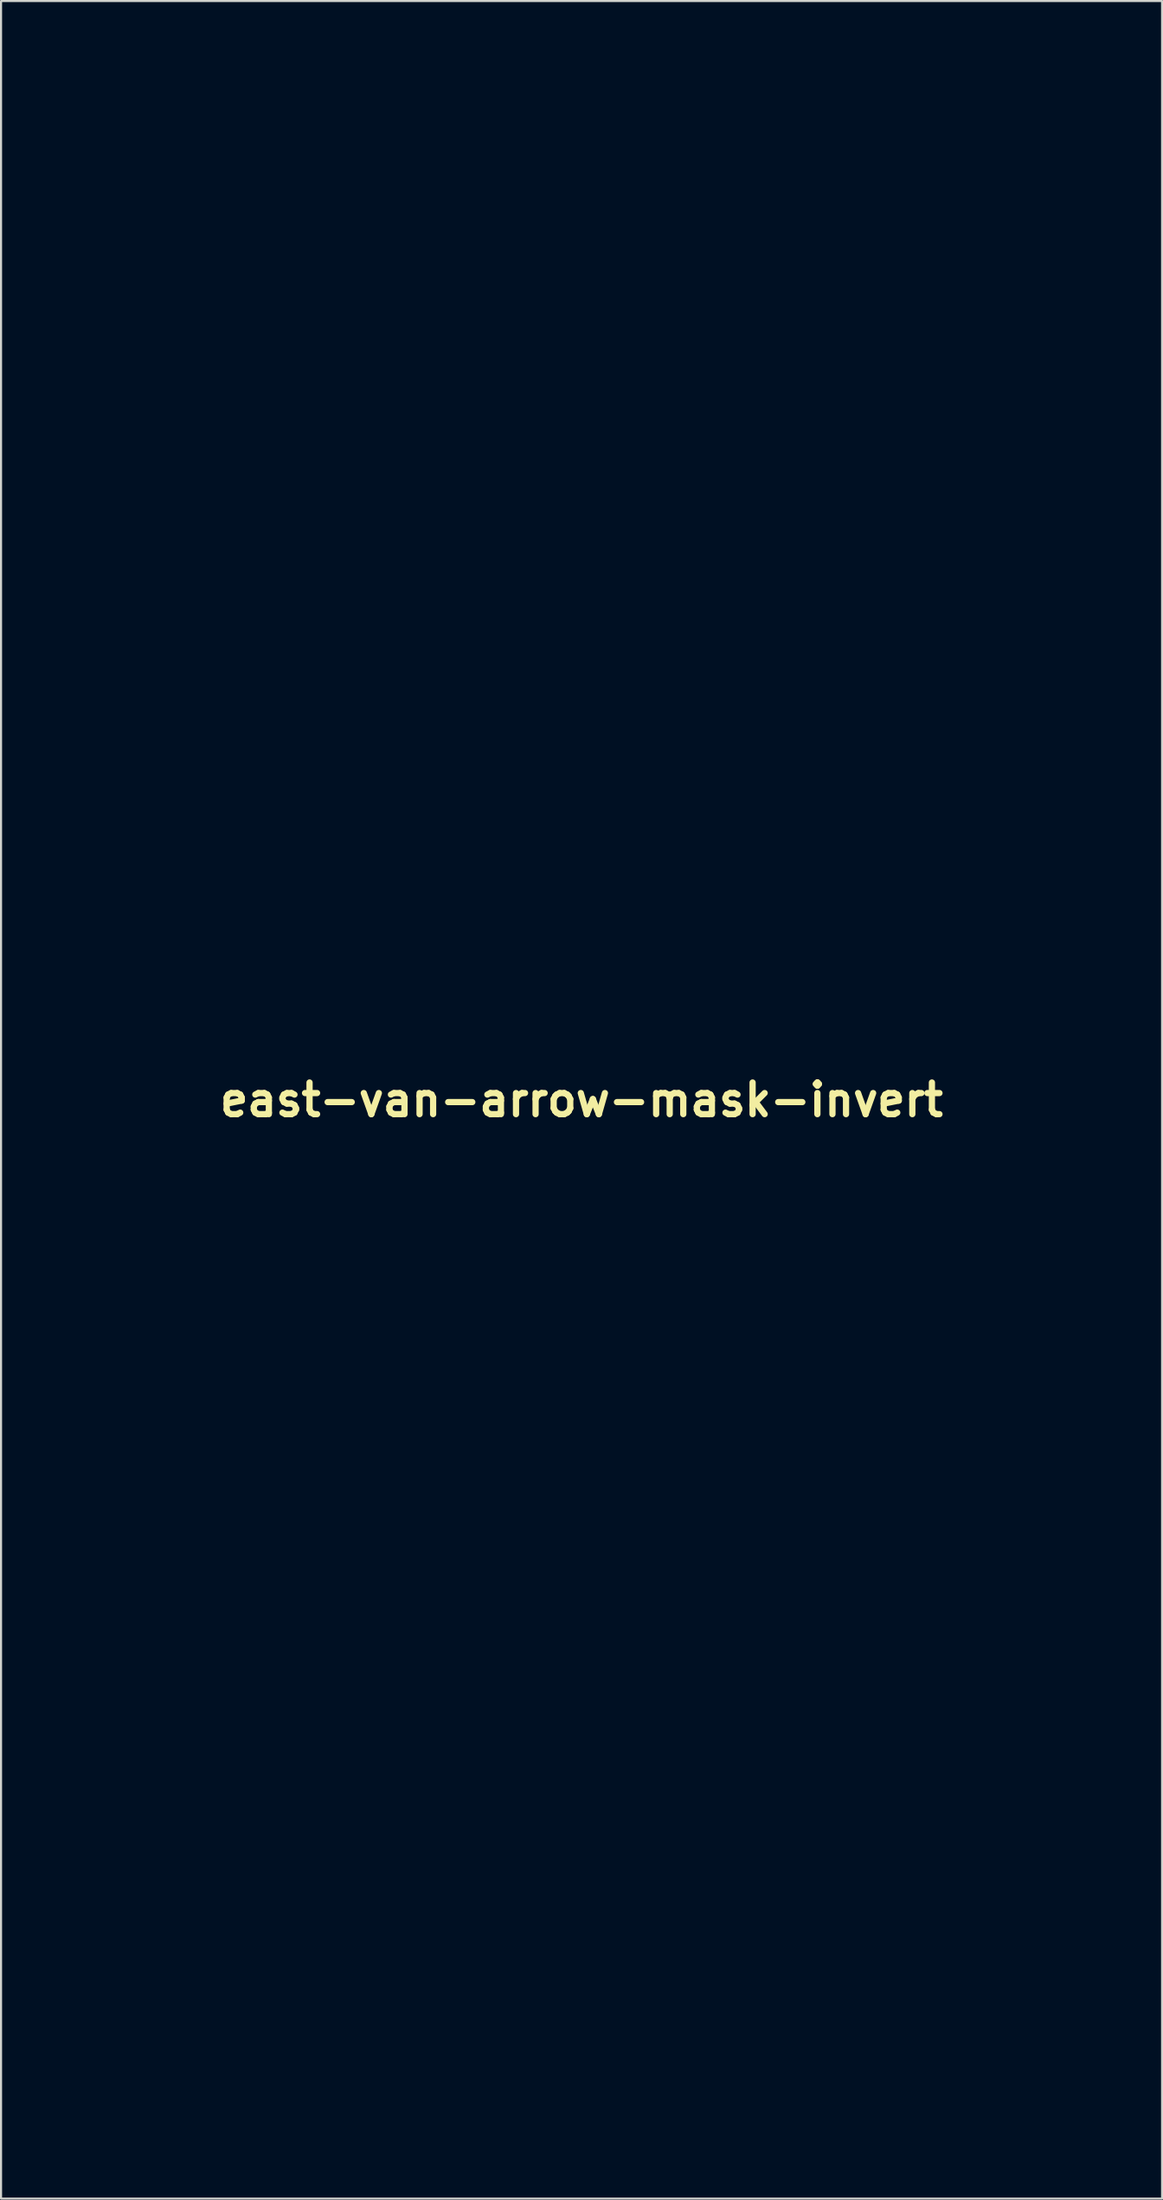
<source format=kicad_pcb>
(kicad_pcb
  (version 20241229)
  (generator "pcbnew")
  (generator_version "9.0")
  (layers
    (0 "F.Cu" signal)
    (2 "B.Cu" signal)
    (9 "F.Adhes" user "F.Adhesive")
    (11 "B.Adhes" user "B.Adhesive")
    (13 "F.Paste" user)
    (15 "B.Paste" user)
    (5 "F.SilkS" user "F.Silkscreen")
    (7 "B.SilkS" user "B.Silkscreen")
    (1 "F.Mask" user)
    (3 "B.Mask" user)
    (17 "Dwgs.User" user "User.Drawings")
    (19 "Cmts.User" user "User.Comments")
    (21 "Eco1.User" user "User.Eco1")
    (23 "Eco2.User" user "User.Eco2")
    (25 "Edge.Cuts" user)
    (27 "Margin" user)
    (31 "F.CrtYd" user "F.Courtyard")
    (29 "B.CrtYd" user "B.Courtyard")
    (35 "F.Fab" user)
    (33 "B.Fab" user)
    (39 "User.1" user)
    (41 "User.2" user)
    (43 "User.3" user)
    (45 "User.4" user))
  (footprint "east-van-arrow-mask-invert"
    (layer "F.Cu")
    (at 24.956 49.907)
    (property "Reference" "east-van-arrow-mask-invert" (at 0 0 0) (layer "F.SilkS") (effects (font (size 1.524 1.524) (thickness 0.3))))
    (attr through_hole)
    (fp_poly (pts (xy -0.5 -15.615) (xy -0.468 -15.532) (xy -0.416 -15.371) (xy -0.349 -15.147) (xy -0.269 -14.872) (xy -0.182 -14.562) (xy -0.089 -14.23) (xy 0.003 -13.89) (xy 0.093 -13.555) (xy 0.177 -13.239) (xy 0.249 -12.956) (xy 0.308 -12.72) (xy 0.348 -12.545) (xy 0.367 -12.444) (xy 0.366 -12.425) (xy 0.305 -12.408) (xy 0.162 -12.385) (xy -0.043 -12.359) (xy -0.293 -12.331) (xy -0.569 -12.303) (xy -0.852 -12.277) (xy -1.125 -12.254) (xy -1.369 -12.237) (xy -1.566 -12.227) (xy -1.649 -12.226) (xy -1.8 -12.23) (xy -1.873 -12.249) (xy -1.888 -12.29) (xy -1.884 -12.313) (xy -1.856 -12.394) (xy -1.796 -12.554) (xy -1.71 -12.778) (xy -1.604 -13.054) (xy -1.483 -13.366) (xy -1.351 -13.701) (xy -1.216 -14.045) (xy -1.082 -14.384) (xy -0.955 -14.705) (xy -0.84 -14.992) (xy -0.743 -15.233) (xy -0.669 -15.413) (xy -0.624 -15.519) (xy -0.616 -15.534) (xy -0.557 -15.629) (xy -0.515 -15.637) (xy -0.5 -15.615)) (stroke (width 0.01) (type solid)) (fill yes) (layer "F.Mask"))
    (fp_poly (pts (xy 24.951 49.902) (xy -24.951 49.902) (xy -24.951 -7.241) (xy -14.56 -7.241) (xy -14.55 -6.9) (xy -14.516 -6.61) (xy -14.455 -6.348) (xy -14.362 -6.091) (xy -14.235 -5.817) (xy -13.971 -5.394) (xy -13.64 -5.044) (xy -13.243 -4.77) (xy -12.779 -4.569) (xy -12.575 -4.51) (xy -12.493 -4.492) (xy -12.4 -4.476) (xy -12.289 -4.464) (xy -12.151 -4.456) (xy -11.98 -4.45) (xy -11.768 -4.448) (xy -11.507 -4.449) (xy -11.191 -4.453) (xy -10.811 -4.461) (xy -10.36 -4.472) (xy -9.831 -4.487) (xy -9.216 -4.505) (xy -8.601 -4.524) (xy -8.251 -4.534) (xy -7.985 -4.541) (xy -7.79 -4.542) (xy -7.65 -4.536) (xy -7.551 -4.524) (xy -7.478 -4.504) (xy -7.416 -4.475) (xy -7.363 -4.443) (xy -7.215 -4.325) (xy -7.078 -4.174) (xy -7.052 -4.137) (xy -7 -4.054) (xy -6.966 -3.978) (xy -6.946 -3.888) (xy -6.94 -3.762) (xy -6.943 -3.58) (xy -6.955 -3.319) (xy -6.955 -3.308) (xy -6.964 -3.117) (xy -6.975 -2.847) (xy -6.988 -2.51) (xy -7.003 -2.114) (xy -7.02 -1.669) (xy -7.038 -1.185) (xy -7.057 -0.671) (xy -7.077 -0.139) (xy -7.096 0.404) (xy -7.116 0.946) (xy -7.135 1.479) (xy -7.153 1.991) (xy -7.17 2.475) (xy -7.185 2.919) (xy -7.198 3.314) (xy -7.209 3.65) (xy -7.217 3.918) (xy -7.223 4.107) (xy -7.225 4.208) (xy -7.225 4.217) (xy -7.227 4.288) (xy -7.232 4.447) (xy -7.241 4.683) (xy -7.253 4.983) (xy -7.268 5.336) (xy -7.284 5.731) (xy -7.302 6.155) (xy -7.303 6.188) (xy -7.349 7.264) (xy -7.39 8.245) (xy -7.427 9.135) (xy -7.46 9.94) (xy -7.489 10.664) (xy -7.514 11.311) (xy -7.535 11.887) (xy -7.553 12.395) (xy -7.568 12.84) (xy -7.579 13.228) (xy -7.587 13.563) (xy -7.592 13.848) (xy -7.594 14.09) (xy -7.594 14.293) (xy -7.591 14.46) (xy -7.585 14.598) (xy -7.578 14.711) (xy -7.568 14.802) (xy -7.561 14.846) (xy -7.431 15.383) (xy -7.226 15.857) (xy -6.948 16.266) (xy -6.599 16.606) (xy -6.182 16.875) (xy -5.739 17.057) (xy -5.553 17.115) (xy -5.388 17.161) (xy -5.29 17.185) (xy -5.189 17.194) (xy -4.998 17.198) (xy -4.726 17.198) (xy -4.381 17.194) (xy -3.974 17.187) (xy -3.512 17.176) (xy -3.006 17.163) (xy -2.465 17.146) (xy -1.897 17.126) (xy -1.313 17.104) (xy -0.998 17.092) (xy -0.236 17.061) (xy 0.433 17.033) (xy 1.017 17.009) (xy 1.522 16.986) (xy 1.955 16.966) (xy 2.323 16.946) (xy 2.633 16.927) (xy 2.893 16.906) (xy 3.109 16.885) (xy 3.287 16.861) (xy 3.436 16.835) (xy 3.562 16.805) (xy 3.672 16.771) (xy 3.773 16.732) (xy 3.872 16.688) (xy 3.976 16.637) (xy 4.092 16.579) (xy 4.133 16.559) (xy 4.585 16.288) (xy 4.962 15.955) (xy 5.272 15.551) (xy 5.455 15.22) (xy 5.624 14.837) (xy 5.741 14.491) (xy 5.815 14.143) (xy 5.855 13.752) (xy 5.863 13.615) (xy 5.868 13.458) (xy 5.874 13.21) (xy 5.879 12.87) (xy 5.885 12.437) (xy 5.891 11.911) (xy 5.897 11.292) (xy 5.904 10.578) (xy 5.911 9.77) (xy 5.918 8.866) (xy 5.925 7.866) (xy 5.932 6.769) (xy 5.94 5.575) (xy 5.948 4.283) (xy 5.956 2.893) (xy 5.964 1.404) (xy 5.967 0.873) (xy 5.972 -0.032) (xy 5.978 -0.866) (xy 5.985 -1.627) (xy 5.992 -2.312) (xy 5.999 -2.916) (xy 6.007 -3.438) (xy 6.015 -3.874) (xy 6.024 -4.222) (xy 6.033 -4.478) (xy 6.042 -4.639) (xy 6.048 -4.691) (xy 6.167 -5.09) (xy 6.363 -5.425) (xy 6.632 -5.694) (xy 6.91 -5.865) (xy 7.015 -5.91) (xy 7.137 -5.948) (xy 7.286 -5.981) (xy 7.472 -6.01) (xy 7.703 -6.035) (xy 7.99 -6.058) (xy 8.341 -6.079) (xy 8.765 -6.099) (xy 9.273 -6.119) (xy 9.756 -6.136) (xy 10.329 -6.156) (xy 10.812 -6.173) (xy 11.213 -6.188) (xy 11.542 -6.201) (xy 11.807 -6.213) (xy 12.017 -6.225) (xy 12.183 -6.238) (xy 12.312 -6.251) (xy 12.414 -6.265) (xy 12.498 -6.281) (xy 12.573 -6.3) (xy 12.625 -6.315) (xy 13.059 -6.494) (xy 13.447 -6.755) (xy 13.783 -7.089) (xy 14.057 -7.487) (xy 14.263 -7.938) (xy 14.393 -8.433) (xy 14.418 -8.599) (xy 14.427 -8.721) (xy 14.436 -8.934) (xy 14.446 -9.226) (xy 14.455 -9.588) (xy 14.465 -10.01) (xy 14.473 -10.482) (xy 14.481 -10.995) (xy 14.488 -11.538) (xy 14.494 -12.101) (xy 14.494 -12.151) (xy 14.5 -12.786) (xy 14.507 -13.457) (xy 14.514 -14.145) (xy 14.521 -14.834) (xy 14.529 -15.504) (xy 14.536 -16.137) (xy 14.543 -16.717) (xy 14.55 -17.223) (xy 14.553 -17.441) (xy 14.561 -18.013) (xy 14.566 -18.496) (xy 14.566 -18.898) (xy 14.561 -19.23) (xy 14.551 -19.501) (xy 14.534 -19.721) (xy 14.509 -19.899) (xy 14.475 -20.046) (xy 14.432 -20.171) (xy 14.379 -20.284) (xy 14.315 -20.395) (xy 14.283 -20.445) (xy 14.234 -20.512) (xy 14.128 -20.652) (xy 13.969 -20.86) (xy 13.761 -21.13) (xy 13.509 -21.457) (xy 13.217 -21.835) (xy 12.888 -22.258) (xy 12.528 -22.722) (xy 12.14 -23.221) (xy 11.728 -23.749) (xy 11.298 -24.301) (xy 10.854 -24.871) (xy 10.398 -25.454) (xy 9.937 -26.045) (xy 9.473 -26.638) (xy 9.012 -27.227) (xy 8.557 -27.808) (xy 8.113 -28.374) (xy 7.685 -28.92) (xy 7.397 -29.286) (xy 7.139 -29.615) (xy 6.89 -29.932) (xy 6.661 -30.224) (xy 6.459 -30.481) (xy 6.296 -30.69) (xy 6.179 -30.839) (xy 6.138 -30.893) (xy 5.86 -31.25) (xy 5.566 -31.624) (xy 5.261 -32.007) (xy 4.955 -32.39) (xy 4.653 -32.764) (xy 4.364 -33.12) (xy 4.095 -33.448) (xy 3.852 -33.74) (xy 3.644 -33.987) (xy 3.478 -34.179) (xy 3.361 -34.309) (xy 3.311 -34.357) (xy 2.802 -34.758) (xy 2.31 -35.071) (xy 1.822 -35.303) (xy 1.321 -35.459) (xy 0.794 -35.547) (xy 0.572 -35.565) (xy -0.032 -35.55) (xy -0.626 -35.441) (xy -1.2 -35.242) (xy -1.745 -34.96) (xy -2.249 -34.599) (xy -2.704 -34.165) (xy -3.1 -33.663) (xy -3.16 -33.572) (xy -3.253 -33.43) (xy -3.394 -33.218) (xy -3.575 -32.949) (xy -3.788 -32.634) (xy -4.023 -32.288) (xy -4.272 -31.921) (xy -4.525 -31.551) (xy -5.04 -30.798) (xy -5.511 -30.108) (xy -5.951 -29.463) (xy -6.372 -28.842) (xy -6.788 -28.229) (xy -7.212 -27.602) (xy -7.409 -27.309) (xy -7.61 -27.013) (xy -7.848 -26.662) (xy -8.119 -26.264) (xy -8.418 -25.824) (xy -8.741 -25.351) (xy -9.084 -24.849) (xy -9.442 -24.325) (xy -9.811 -23.787) (xy -10.186 -23.24) (xy -10.562 -22.691) (xy -10.936 -22.146) (xy -11.303 -21.612) (xy -11.658 -21.095) (xy -11.997 -20.602) (xy -12.316 -20.139) (xy -12.61 -19.713) (xy -12.874 -19.33) (xy -13.105 -18.997) (xy -13.297 -18.72) (xy -13.447 -18.505) (xy -13.549 -18.36) (xy -13.6 -18.29) (xy -13.602 -18.289) (xy -13.753 -18.076) (xy -13.913 -17.805) (xy -14.064 -17.512) (xy -14.185 -17.236) (xy -14.242 -17.071) (xy -14.262 -16.998) (xy -14.278 -16.915) (xy -14.294 -16.813) (xy -14.307 -16.685) (xy -14.32 -16.525) (xy -14.332 -16.324) (xy -14.343 -16.076) (xy -14.354 -15.774) (xy -14.365 -15.409) (xy -14.377 -14.976) (xy -14.389 -14.467) (xy -14.403 -13.874) (xy -14.418 -13.19) (xy -14.422 -12.999) (xy -14.439 -12.204) (xy -14.454 -11.501) (xy -14.468 -10.883) (xy -14.48 -10.341) (xy -14.49 -9.867) (xy -14.5 -9.455) (xy -14.509 -9.097) (xy -14.517 -8.784) (xy -14.524 -8.509) (xy -14.531 -8.265) (xy -14.538 -8.042) (xy -14.545 -7.835) (xy -14.552 -7.658) (xy -14.56 -7.241) (xy -24.951 -7.241) (xy -24.951 -49.902) (xy 24.951 -49.902) (xy 24.951 49.902)) (stroke (width 0.01) (type solid)) (fill yes) (layer "F.Mask"))
    (fp_poly (pts (xy 0.809 -33.965) (xy 1.246 -33.841) (xy 1.667 -33.624) (xy 2.066 -33.314) (xy 2.141 -33.243) (xy 2.23 -33.145) (xy 2.373 -32.976) (xy 2.564 -32.742) (xy 2.797 -32.453) (xy 3.066 -32.114) (xy 3.365 -31.735) (xy 3.687 -31.322) (xy 4.026 -30.884) (xy 4.377 -30.428) (xy 4.483 -30.29) (xy 4.833 -29.832) (xy 5.171 -29.391) (xy 5.491 -28.973) (xy 5.787 -28.587) (xy 6.053 -28.24) (xy 6.284 -27.939) (xy 6.473 -27.693) (xy 6.616 -27.508) (xy 6.705 -27.392) (xy 6.721 -27.371) (xy 6.787 -27.286) (xy 6.909 -27.129) (xy 7.082 -26.905) (xy 7.302 -26.622) (xy 7.562 -26.285) (xy 7.859 -25.901) (xy 8.187 -25.477) (xy 8.541 -25.018) (xy 8.917 -24.532) (xy 9.309 -24.024) (xy 9.576 -23.678) (xy 9.978 -23.158) (xy 10.368 -22.654) (xy 10.74 -22.172) (xy 11.091 -21.719) (xy 11.414 -21.302) (xy 11.705 -20.927) (xy 11.959 -20.601) (xy 12.17 -20.329) (xy 12.333 -20.12) (xy 12.444 -19.979) (xy 12.485 -19.928) (xy 12.62 -19.752) (xy 12.735 -19.59) (xy 12.81 -19.467) (xy 12.826 -19.434) (xy 12.837 -19.354) (xy 12.846 -19.181) (xy 12.854 -18.926) (xy 12.859 -18.595) (xy 12.863 -18.197) (xy 12.865 -17.74) (xy 12.866 -17.232) (xy 12.866 -16.682) (xy 12.864 -16.098) (xy 12.86 -15.487) (xy 12.856 -14.858) (xy 12.85 -14.22) (xy 12.843 -13.58) (xy 12.836 -12.946) (xy 12.827 -12.327) (xy 12.818 -11.731) (xy 12.807 -11.166) (xy 12.797 -10.64) (xy 12.785 -10.162) (xy 12.773 -9.739) (xy 12.761 -9.38) (xy 12.749 -9.093) (xy 12.736 -8.886) (xy 12.723 -8.767) (xy 12.721 -8.758) (xy 12.61 -8.425) (xy 12.45 -8.173) (xy 12.242 -8.007) (xy 12.214 -7.992) (xy 12.149 -7.965) (xy 12.072 -7.942) (xy 11.971 -7.922) (xy 11.837 -7.905) (xy 11.657 -7.888) (xy 11.423 -7.872) (xy 11.123 -7.856) (xy 10.745 -7.838) (xy 10.281 -7.817) (xy 10.205 -7.814) (xy 9.757 -7.794) (xy 9.311 -7.776) (xy 8.885 -7.758) (xy 8.495 -7.742) (xy 8.158 -7.729) (xy 7.893 -7.719) (xy 7.76 -7.714) (xy 7.165 -7.665) (xy 6.641 -7.558) (xy 6.178 -7.388) (xy 5.762 -7.151) (xy 5.4 -6.861) (xy 5.052 -6.479) (xy 4.762 -6.042) (xy 4.543 -5.57) (xy 4.406 -5.086) (xy 4.373 -4.862) (xy 4.366 -4.755) (xy 4.359 -4.575) (xy 4.352 -4.318) (xy 4.345 -3.984) (xy 4.337 -3.57) (xy 4.33 -3.073) (xy 4.322 -2.492) (xy 4.314 -1.824) (xy 4.306 -1.068) (xy 4.297 -0.222) (xy 4.288 0.717) (xy 4.279 1.751) (xy 4.27 2.882) (xy 4.266 3.368) (xy 4.261 3.962) (xy 4.256 4.544) (xy 4.25 5.106) (xy 4.244 5.635) (xy 4.238 6.121) (xy 4.232 6.554) (xy 4.227 6.921) (xy 4.222 7.214) (xy 4.217 7.421) (xy 4.216 7.46) (xy 4.211 7.656) (xy 4.207 7.939) (xy 4.202 8.296) (xy 4.198 8.716) (xy 4.194 9.185) (xy 4.191 9.691) (xy 4.188 10.221) (xy 4.186 10.763) (xy 4.186 10.953) (xy 4.183 11.534) (xy 4.179 12.07) (xy 4.174 12.554) (xy 4.167 12.978) (xy 4.159 13.334) (xy 4.15 13.615) (xy 4.14 13.812) (xy 4.13 13.918) (xy 4.129 13.923) (xy 4 14.332) (xy 3.812 14.664) (xy 3.56 14.924) (xy 3.242 15.115) (xy 3.23 15.12) (xy 3.196 15.136) (xy 3.165 15.15) (xy 3.131 15.162) (xy 3.088 15.173) (xy 3.031 15.184) (xy 2.952 15.194) (xy 2.846 15.205) (xy 2.708 15.215) (xy 2.531 15.226) (xy 2.309 15.239) (xy 2.036 15.252) (xy 1.706 15.268) (xy 1.313 15.285) (xy 0.851 15.305) (xy 0.315 15.327) (xy -0.303 15.353) (xy -1.007 15.382) (xy -1.804 15.415) (xy -1.921 15.42) (xy -2.529 15.445) (xy -3.045 15.466) (xy -3.479 15.483) (xy -3.838 15.496) (xy -4.131 15.505) (xy -4.366 15.509) (xy -4.553 15.51) (xy -4.698 15.507) (xy -4.811 15.5) (xy -4.901 15.489) (xy -4.975 15.473) (xy -5.042 15.454) (xy -5.11 15.431) (xy -5.121 15.428) (xy -5.375 15.325) (xy -5.559 15.21) (xy -5.705 15.059) (xy -5.776 14.96) (xy -5.913 14.752) (xy -5.907 13.776) (xy -5.903 13.44) (xy -5.895 13.033) (xy -5.883 12.584) (xy -5.869 12.121) (xy -5.853 11.675) (xy -5.844 11.452) (xy -5.833 11.186) (xy -5.819 10.83) (xy -5.802 10.397) (xy -5.783 9.896) (xy -5.762 9.34) (xy -5.739 8.738) (xy -5.715 8.102) (xy -5.691 7.443) (xy -5.666 6.772) (xy -5.642 6.099) (xy -5.638 5.988) (xy -5.633 5.863) (xy -3.309 5.863) (xy -2.324 5.871) (xy -2.021 5.875) (xy -1.754 5.88) (xy -1.538 5.886) (xy -1.388 5.893) (xy -1.32 5.9) (xy -1.318 5.901) (xy -1.314 5.955) (xy -1.314 6.095) (xy -1.318 6.308) (xy -1.325 6.581) (xy -1.335 6.901) (xy -1.347 7.24) (xy -1.383 8.206) (xy -1.416 9.097) (xy -1.446 9.913) (xy -1.472 10.649) (xy -1.495 11.305) (xy -1.514 11.877) (xy -1.529 12.362) (xy -1.541 12.758) (xy -1.548 13.063) (xy -1.552 13.274) (xy -1.551 13.388) (xy -1.551 13.399) (xy -1.5 13.419) (xy -1.356 13.43) (xy -1.125 13.43) (xy -0.886 13.424) (xy -0.225 13.399) (xy -0.192 12.85) (xy -0.184 12.701) (xy -0.174 12.464) (xy -0.16 12.148) (xy -0.145 11.763) (xy -0.128 11.321) (xy -0.109 10.831) (xy -0.089 10.304) (xy -0.069 9.751) (xy -0.049 9.182) (xy -0.048 9.157) (xy -0.028 8.603) (xy -0.007 8.077) (xy 0.013 7.587) (xy 0.032 7.143) (xy 0.05 6.752) (xy 0.067 6.424) (xy 0.082 6.168) (xy 0.094 5.993) (xy 0.104 5.906) (xy 0.105 5.901) (xy 0.124 5.86) (xy 0.154 5.831) (xy 0.21 5.811) (xy 0.306 5.798) (xy 0.458 5.79) (xy 0.68 5.787) (xy 0.986 5.785) (xy 1.009 5.785) (xy 1.368 5.782) (xy 1.638 5.778) (xy 1.832 5.771) (xy 1.962 5.761) (xy 2.037 5.747) (xy 2.07 5.73) (xy 2.078 5.677) (xy 2.089 5.542) (xy 2.102 5.343) (xy 2.115 5.098) (xy 2.122 4.97) (xy 2.159 4.227) (xy 0.568 4.263) (xy -0.199 4.282) (xy -0.886 4.299) (xy -1.492 4.316) (xy -2.013 4.332) (xy -2.447 4.346) (xy -2.791 4.36) (xy -3.044 4.372) (xy -3.201 4.383) (xy -3.262 4.393) (xy -3.262 4.393) (xy -3.271 4.449) (xy -3.281 4.587) (xy -3.289 4.787) (xy -3.296 5.032) (xy -3.298 5.141) (xy -3.309 5.863) (xy -5.633 5.863) (xy -5.613 5.295) (xy -5.587 4.587) (xy -5.561 3.875) (xy -5.535 3.174) (xy -5.51 2.495) (xy -5.486 1.852) (xy -5.464 1.257) (xy -5.444 0.724) (xy -5.427 0.265) (xy -5.413 -0.1) (xy -5.405 -0.318) (xy -3.483 -0.318) (xy -3.468 -0.104) (xy -3.426 0.181) (xy -3.361 0.529) (xy -3.336 0.649) (xy -3.174 1.214) (xy -2.951 1.7) (xy -2.667 2.108) (xy -2.323 2.435) (xy -1.921 2.682) (xy -1.462 2.849) (xy -0.945 2.933) (xy -0.374 2.935) (xy 0.01 2.894) (xy 0.434 2.804) (xy 0.797 2.657) (xy 1.129 2.44) (xy 1.399 2.197) (xy 1.622 1.96) (xy 1.788 1.743) (xy 1.922 1.512) (xy 1.959 1.435) (xy 2.089 1.152) (xy 2.184 0.913) (xy 2.249 0.69) (xy 2.289 0.46) (xy 2.311 0.194) (xy 2.319 -0.132) (xy 2.319 -0.324) (xy 2.317 -0.632) (xy 2.312 -0.863) (xy 2.299 -1.039) (xy 2.278 -1.184) (xy 2.244 -1.32) (xy 2.196 -1.47) (xy 2.178 -1.522) (xy 2.059 -1.833) (xy 1.936 -2.079) (xy 1.792 -2.293) (xy 1.65 -2.462) (xy 1.475 -2.638) (xy 1.279 -2.795) (xy 1.047 -2.939) (xy 0.766 -3.081) (xy 0.42 -3.226) (xy -0.005 -3.384) (xy -0.122 -3.425) (xy -0.577 -3.592) (xy -0.941 -3.745) (xy -1.225 -3.893) (xy -1.435 -4.041) (xy -1.581 -4.197) (xy -1.67 -4.366) (xy -1.711 -4.555) (xy -1.716 -4.686) (xy -1.67 -5.001) (xy -1.543 -5.26) (xy -1.337 -5.459) (xy -1.055 -5.597) (xy -0.701 -5.671) (xy -0.613 -5.678) (xy -0.216 -5.672) (xy 0.12 -5.597) (xy 0.388 -5.457) (xy 0.393 -5.453) (xy 0.54 -5.294) (xy 0.673 -5.067) (xy 0.776 -4.802) (xy 0.825 -4.591) (xy 0.854 -4.444) (xy 0.888 -4.338) (xy 0.9 -4.316) (xy 0.962 -4.301) (xy 1.099 -4.293) (xy 1.29 -4.293) (xy 1.511 -4.298) (xy 1.739 -4.309) (xy 1.95 -4.323) (xy 2.122 -4.341) (xy 2.231 -4.362) (xy 2.251 -4.37) (xy 2.275 -4.436) (xy 2.282 -4.577) (xy 2.271 -4.772) (xy 2.247 -4.997) (xy 2.21 -5.23) (xy 2.165 -5.436) (xy 2 -5.914) (xy 1.765 -6.335) (xy 1.467 -6.689) (xy 1.113 -6.97) (xy 0.717 -7.166) (xy 0.547 -7.226) (xy 0.402 -7.266) (xy 0.255 -7.291) (xy 0.079 -7.305) (xy -0.152 -7.31) (xy -0.349 -7.311) (xy -0.646 -7.308) (xy -0.87 -7.298) (xy -1.046 -7.278) (xy -1.203 -7.245) (xy -1.366 -7.196) (xy -1.368 -7.195) (xy -1.811 -6.996) (xy -2.197 -6.715) (xy -2.522 -6.359) (xy -2.761 -5.969) (xy -2.923 -5.596) (xy -3.027 -5.236) (xy -3.081 -4.852) (xy -3.093 -4.484) (xy -3.068 -3.987) (xy -2.989 -3.553) (xy -2.848 -3.158) (xy -2.638 -2.776) (xy -2.493 -2.567) (xy -2.337 -2.382) (xy -2.148 -2.214) (xy -1.916 -2.055) (xy -1.629 -1.899) (xy -1.273 -1.74) (xy -0.839 -1.57) (xy -0.57 -1.472) (xy -0.146 -1.314) (xy 0.19 -1.171) (xy 0.448 -1.032) (xy 0.637 -0.889) (xy 0.767 -0.734) (xy 0.848 -0.558) (xy 0.888 -0.352) (xy 0.898 -0.134) (xy 0.853 0.229) (xy 0.727 0.548) (xy 0.529 0.817) (xy 0.27 1.027) (xy -0.037 1.171) (xy -0.383 1.242) (xy -0.756 1.233) (xy -1.031 1.173) (xy -1.358 1.028) (xy -1.626 0.804) (xy -1.836 0.501) (xy -1.989 0.116) (xy -2.065 -0.213) (xy -2.099 -0.399) (xy -2.13 -0.542) (xy -2.151 -0.618) (xy -2.154 -0.624) (xy -2.21 -0.627) (xy -2.344 -0.618) (xy -2.537 -0.6) (xy -2.768 -0.573) (xy -2.771 -0.573) (xy -3.009 -0.544) (xy -3.214 -0.52) (xy -3.364 -0.505) (xy -3.436 -0.499) (xy -3.473 -0.452) (xy -3.483 -0.318) (xy -5.405 -0.318) (xy -5.386 -0.819) (xy -5.362 -1.445) (xy -5.342 -1.987) (xy -5.326 -2.449) (xy -5.313 -2.841) (xy -5.304 -3.169) (xy -5.299 -3.439) (xy -5.296 -3.66) (xy -5.297 -3.839) (xy -5.301 -3.982) (xy -5.308 -4.096) (xy -5.318 -4.19) (xy -5.331 -4.27) (xy -5.347 -4.342) (xy -5.359 -4.391) (xy -5.526 -4.864) (xy -5.767 -5.279) (xy -6.077 -5.63) (xy -6.449 -5.907) (xy -6.562 -5.97) (xy -6.698 -6.037) (xy -6.831 -6.094) (xy -6.97 -6.141) (xy -7.123 -6.178) (xy -7.299 -6.206) (xy -7.508 -6.225) (xy -7.759 -6.237) (xy -8.061 -6.241) (xy -8.423 -6.238) (xy -8.853 -6.229) (xy -9.361 -6.214) (xy -9.957 -6.193) (xy -10.231 -6.183) (xy -10.688 -6.167) (xy -11.057 -6.154) (xy -11.35 -6.147) (xy -11.578 -6.144) (xy -11.753 -6.145) (xy -11.888 -6.152) (xy -11.992 -6.163) (xy -12.08 -6.18) (xy -12.161 -6.202) (xy -12.183 -6.209) (xy -12.483 -6.343) (xy -12.699 -6.53) (xy -12.835 -6.775) (xy -12.894 -7.082) (xy -12.896 -7.161) (xy -12.896 -7.311) (xy -12.894 -7.54) (xy -12.891 -7.835) (xy -12.885 -8.183) (xy -12.879 -8.573) (xy -12.871 -8.989) (xy -12.862 -9.421) (xy -12.854 -9.855) (xy -12.844 -10.279) (xy -12.835 -10.679) (xy -12.827 -11.043) (xy -12.818 -11.357) (xy -12.811 -11.61) (xy -12.805 -11.788) (xy -12.8 -11.877) (xy -12.795 -11.977) (xy -12.788 -12.164) (xy -12.781 -12.426) (xy -12.773 -12.75) (xy -12.765 -13.123) (xy -12.757 -13.533) (xy -12.75 -13.967) (xy -12.749 -13.997) (xy -12.741 -14.441) (xy -12.731 -14.869) (xy -12.72 -15.267) (xy -12.709 -15.621) (xy -12.697 -15.917) (xy -12.685 -16.141) (xy -12.674 -16.279) (xy -12.621 -16.573) (xy -12.528 -16.838) (xy -12.51 -16.871) (xy -11.58 -16.871) (xy -11.554 -16.736) (xy -11.506 -16.549) (xy -11.452 -16.368) (xy -11.37 -16.102) (xy -11.265 -15.758) (xy -11.143 -15.354) (xy -11.009 -14.908) (xy -10.869 -14.437) (xy -10.728 -13.959) (xy -10.591 -13.492) (xy -10.463 -13.054) (xy -10.404 -12.85) (xy -10.306 -12.512) (xy -10.19 -12.119) (xy -10.068 -11.711) (xy -9.953 -11.328) (xy -9.907 -11.178) (xy -9.814 -10.871) (xy -9.709 -10.529) (xy -9.598 -10.164) (xy -9.485 -9.79) (xy -9.373 -9.421) (xy -9.266 -9.069) (xy -9.169 -8.747) (xy -9.085 -8.469) (xy -9.019 -8.249) (xy -8.973 -8.098) (xy -8.954 -8.034) (xy -8.938 -8.008) (xy -8.897 -7.991) (xy -8.817 -7.984) (xy -8.686 -7.986) (xy -8.49 -7.997) (xy -8.216 -8.017) (xy -8.012 -8.034) (xy -7.717 -8.061) (xy -7.457 -8.089) (xy -7.246 -8.116) (xy -7.103 -8.14) (xy -7.043 -8.159) (xy -7.009 -8.222) (xy -6.958 -8.335) (xy -5.108 -8.335) (xy -5.107 -8.32) (xy -5.102 -8.313) (xy -5.077 -8.304) (xy -5.018 -8.301) (xy -4.913 -8.304) (xy -4.751 -8.316) (xy -4.521 -8.335) (xy -4.211 -8.364) (xy -3.942 -8.389) (xy -3.723 -8.413) (xy -3.543 -8.438) (xy -3.423 -8.461) (xy -3.386 -8.474) (xy -3.359 -8.529) (xy -3.302 -8.663) (xy -3.221 -8.862) (xy -3.122 -9.112) (xy -3.01 -9.398) (xy -2.968 -9.506) (xy -2.852 -9.803) (xy -2.746 -10.07) (xy -2.656 -10.291) (xy -2.588 -10.452) (xy -2.548 -10.539) (xy -2.541 -10.55) (xy -2.481 -10.567) (xy -2.336 -10.589) (xy -2.12 -10.616) (xy -1.848 -10.645) (xy -1.534 -10.677) (xy -1.191 -10.709) (xy -0.834 -10.74) (xy -0.478 -10.77) (xy -0.136 -10.796) (xy 0.177 -10.818) (xy 0.447 -10.835) (xy 0.66 -10.844) (xy 0.802 -10.846) (xy 0.857 -10.84) (xy 0.885 -10.779) (xy 0.936 -10.639) (xy 1.004 -10.435) (xy 1.085 -10.181) (xy 1.173 -9.894) (xy 1.179 -9.876) (xy 1.267 -9.587) (xy 1.348 -9.332) (xy 1.417 -9.124) (xy 1.468 -8.98) (xy 1.497 -8.915) (xy 1.497 -8.913) (xy 1.557 -8.905) (xy 1.695 -8.906) (xy 1.892 -8.914) (xy 2.128 -8.929) (xy 2.382 -8.948) (xy 2.635 -8.969) (xy 2.867 -8.992) (xy 3.056 -9.014) (xy 3.183 -9.035) (xy 3.227 -9.049) (xy 3.219 -9.101) (xy 3.187 -9.22) (xy 4.447 -9.22) (xy 4.492 -9.19) (xy 4.603 -9.179) (xy 4.791 -9.186) (xy 5.066 -9.21) (xy 5.099 -9.213) (xy 5.349 -9.237) (xy 5.574 -9.258) (xy 5.748 -9.272) (xy 5.847 -9.278) (xy 5.926 -9.289) (xy 5.97 -9.332) (xy 5.995 -9.432) (xy 6.008 -9.544) (xy 6.015 -9.646) (xy 6.023 -9.836) (xy 6.033 -10.105) (xy 6.043 -10.44) (xy 6.054 -10.832) (xy 6.065 -11.268) (xy 6.076 -11.739) (xy 6.087 -12.233) (xy 6.088 -12.251) (xy 6.101 -12.888) (xy 6.114 -13.431) (xy 6.126 -13.889) (xy 6.138 -14.266) (xy 6.149 -14.57) (xy 6.161 -14.808) (xy 6.174 -14.986) (xy 6.188 -15.111) (xy 6.204 -15.19) (xy 6.221 -15.229) (xy 6.24 -15.234) (xy 6.252 -15.226) (xy 6.287 -15.183) (xy 6.338 -15.105) (xy 6.413 -14.981) (xy 6.516 -14.801) (xy 6.655 -14.555) (xy 6.834 -14.231) (xy 6.839 -14.222) (xy 6.941 -14.04) (xy 7.054 -13.838) (xy 7.183 -13.609) (xy 7.333 -13.344) (xy 7.508 -13.036) (xy 7.714 -12.676) (xy 7.954 -12.257) (xy 8.233 -11.771) (xy 8.556 -11.208) (xy 8.679 -10.994) (xy 9.487 -9.588) (xy 9.646 -9.609) (xy 9.758 -9.621) (xy 9.943 -9.639) (xy 10.175 -9.661) (xy 10.428 -9.684) (xy 10.668 -9.706) (xy 10.869 -9.728) (xy 11.014 -9.745) (xy 11.081 -9.757) (xy 11.082 -9.758) (xy 11.092 -9.811) (xy 11.104 -9.95) (xy 11.117 -10.161) (xy 11.129 -10.428) (xy 11.141 -10.739) (xy 11.148 -10.939) (xy 11.181 -12.073) (xy 11.211 -13.11) (xy 11.237 -14.053) (xy 11.261 -14.904) (xy 11.281 -15.665) (xy 11.299 -16.341) (xy 11.313 -16.933) (xy 11.325 -17.443) (xy 11.333 -17.876) (xy 11.339 -18.233) (xy 11.342 -18.517) (xy 11.343 -18.731) (xy 11.341 -18.877) (xy 11.336 -18.959) (xy 11.332 -18.979) (xy 11.271 -18.988) (xy 11.134 -18.989) (xy 10.942 -18.982) (xy 10.718 -18.97) (xy 10.484 -18.953) (xy 10.263 -18.933) (xy 10.077 -18.912) (xy 9.948 -18.89) (xy 9.923 -18.884) (xy 9.895 -18.865) (xy 9.873 -18.818) (xy 9.856 -18.73) (xy 9.842 -18.589) (xy 9.83 -18.383) (xy 9.819 -18.1) (xy 9.81 -17.826) (xy 9.799 -17.46) (xy 9.787 -17.076) (xy 9.775 -16.706) (xy 9.764 -16.378) (xy 9.756 -16.143) (xy 9.748 -15.908) (xy 9.739 -15.595) (xy 9.729 -15.229) (xy 9.718 -14.832) (xy 9.708 -14.427) (xy 9.702 -14.172) (xy 9.692 -13.816) (xy 9.68 -13.491) (xy 9.668 -13.211) (xy 9.655 -12.99) (xy 9.643 -12.842) (xy 9.633 -12.781) (xy 9.594 -12.791) (xy 9.514 -12.889) (xy 9.393 -13.077) (xy 9.245 -13.33) (xy 9.074 -13.632) (xy 8.874 -13.988) (xy 8.65 -14.385) (xy 8.409 -14.813) (xy 8.158 -15.26) (xy 7.903 -15.713) (xy 7.651 -16.163) (xy 7.408 -16.597) (xy 7.181 -17.004) (xy 6.975 -17.372) (xy 6.798 -17.69) (xy 6.655 -17.946) (xy 6.554 -18.129) (xy 6.54 -18.155) (xy 6.313 -18.571) (xy 5.913 -18.539) (xy 5.537 -18.506) (xy 5.222 -18.47) (xy 4.977 -18.432) (xy 4.813 -18.394) (xy 4.737 -18.358) (xy 4.736 -18.356) (xy 4.726 -18.294) (xy 4.715 -18.145) (xy 4.703 -17.922) (xy 4.691 -17.641) (xy 4.68 -17.313) (xy 4.671 -16.952) (xy 4.67 -16.923) (xy 4.661 -16.516) (xy 4.649 -16.036) (xy 4.636 -15.51) (xy 4.622 -14.963) (xy 4.608 -14.422) (xy 4.595 -13.914) (xy 4.591 -13.773) (xy 4.578 -13.282) (xy 4.564 -12.752) (xy 4.55 -12.21) (xy 4.537 -11.681) (xy 4.524 -11.192) (xy 4.514 -10.769) (xy 4.511 -10.654) (xy 4.502 -10.297) (xy 4.492 -9.972) (xy 4.482 -9.694) (xy 4.473 -9.475) (xy 4.464 -9.329) (xy 4.457 -9.269) (xy 4.457 -9.269) (xy 4.447 -9.22) (xy 3.187 -9.22) (xy 3.183 -9.237) (xy 3.123 -9.448) (xy 3.042 -9.723) (xy 2.943 -10.052) (xy 2.83 -10.424) (xy 2.704 -10.829) (xy 2.67 -10.937) (xy 2.513 -11.442) (xy 2.34 -11.997) (xy 2.16 -12.576) (xy 1.981 -13.153) (xy 1.811 -13.7) (xy 1.659 -14.193) (xy 1.589 -14.422) (xy 1.4 -15.035) (xy 1.223 -15.608) (xy 1.06 -16.134) (xy 0.912 -16.605) (xy 0.783 -17.017) (xy 0.673 -17.362) (xy 0.585 -17.635) (xy 0.521 -17.828) (xy 0.483 -17.936) (xy 0.473 -17.957) (xy 0.418 -17.961) (xy 0.284 -17.956) (xy 0.091 -17.945) (xy -0.141 -17.928) (xy -0.391 -17.908) (xy -0.641 -17.886) (xy -0.868 -17.864) (xy -1.054 -17.843) (xy -1.178 -17.826) (xy -1.215 -17.817) (xy -1.239 -17.804) (xy -1.266 -17.775) (xy -1.3 -17.726) (xy -1.342 -17.648) (xy -1.396 -17.536) (xy -1.465 -17.383) (xy -1.552 -17.183) (xy -1.658 -16.929) (xy -1.788 -16.615) (xy -1.944 -16.234) (xy -2.128 -15.779) (xy -2.344 -15.244) (xy -2.585 -14.646) (xy -2.778 -14.166) (xy -2.998 -13.621) (xy -3.234 -13.036) (xy -3.475 -12.439) (xy -3.711 -11.856) (xy -3.93 -11.313) (xy -4.045 -11.028) (xy -4.274 -10.463) (xy -4.469 -9.982) (xy -4.631 -9.58) (xy -4.764 -9.25) (xy -4.87 -8.983) (xy -4.953 -8.774) (xy -5.015 -8.614) (xy -5.059 -8.498) (xy -5.087 -8.417) (xy -5.103 -8.365) (xy -5.108 -8.335) (xy -6.958 -8.335) (xy -6.947 -8.359) (xy -6.866 -8.554) (xy -6.773 -8.788) (xy -6.737 -8.883) (xy -6.621 -9.184) (xy -6.484 -9.539) (xy -6.342 -9.908) (xy -6.209 -10.251) (xy -6.179 -10.33) (xy -6.086 -10.57) (xy -5.965 -10.886) (xy -5.823 -11.258) (xy -5.667 -11.667) (xy -5.504 -12.096) (xy -5.341 -12.526) (xy -5.265 -12.725) (xy -5.097 -13.168) (xy -4.919 -13.637) (xy -4.74 -14.11) (xy -4.567 -14.563) (xy -4.411 -14.975) (xy -4.278 -15.324) (xy -4.241 -15.42) (xy -4.029 -15.978) (xy -3.848 -16.457) (xy -3.699 -16.854) (xy -3.584 -17.167) (xy -3.502 -17.393) (xy -3.455 -17.53) (xy -3.444 -17.575) (xy -3.49 -17.585) (xy -3.617 -17.589) (xy -3.804 -17.585) (xy -4.033 -17.577) (xy -4.285 -17.564) (xy -4.541 -17.547) (xy -4.78 -17.528) (xy -4.985 -17.508) (xy -5.135 -17.487) (xy -5.147 -17.485) (xy -5.173 -17.48) (xy -5.197 -17.474) (xy -5.221 -17.46) (xy -5.248 -17.431) (xy -5.278 -17.383) (xy -5.316 -17.308) (xy -5.363 -17.202) (xy -5.422 -17.057) (xy -5.495 -16.868) (xy -5.584 -16.63) (xy -5.692 -16.335) (xy -5.821 -15.979) (xy -5.973 -15.554) (xy -6.151 -15.055) (xy -6.357 -14.476) (xy -6.594 -13.812) (xy -6.679 -13.573) (xy -6.896 -12.963) (xy -7.082 -12.44) (xy -7.241 -11.997) (xy -7.373 -11.629) (xy -7.482 -11.327) (xy -7.571 -11.086) (xy -7.641 -10.899) (xy -7.696 -10.759) (xy -7.738 -10.659) (xy -7.769 -10.593) (xy -7.792 -10.554) (xy -7.809 -10.535) (xy -7.824 -10.529) (xy -7.827 -10.529) (xy -7.855 -10.577) (xy -7.907 -10.715) (xy -7.981 -10.938) (xy -8.075 -11.242) (xy -8.189 -11.62) (xy -8.319 -12.066) (xy -8.456 -12.55) (xy -8.498 -12.696) (xy -8.563 -12.925) (xy -8.649 -13.224) (xy -8.751 -13.58) (xy -8.866 -13.98) (xy -8.991 -14.412) (xy -9.12 -14.862) (xy -9.173 -15.045) (xy -9.764 -17.091) (xy -10.184 -17.077) (xy -10.471 -17.063) (xy -10.759 -17.044) (xy -11.03 -17.02) (xy -11.266 -16.994) (xy -11.448 -16.968) (xy -11.557 -16.943) (xy -11.579 -16.932) (xy -11.58 -16.871) (xy -12.51 -16.871) (xy -12.383 -17.103) (xy -12.171 -17.397) (xy -12.157 -17.416) (xy -12.101 -17.492) (xy -11.992 -17.645) (xy -11.835 -17.87) (xy -11.632 -18.16) (xy -11.388 -18.511) (xy -11.107 -18.917) (xy -10.792 -19.373) (xy -10.667 -19.553) (xy -2.617 -19.553) (xy -2.603 -19.444) (xy -2.571 -19.412) (xy -2.504 -19.417) (xy -2.355 -19.432) (xy -2.141 -19.454) (xy -1.881 -19.483) (xy -1.642 -19.509) (xy -1.309 -19.546) (xy -0.911 -19.591) (xy -0.482 -19.64) (xy -0.054 -19.688) (xy 0.324 -19.732) (xy 0.686 -19.773) (xy 1.053 -19.814) (xy 1.399 -19.854) (xy 1.7 -19.888) (xy 1.931 -19.914) (xy 1.96 -19.918) (xy 2.183 -19.947) (xy 2.37 -19.98) (xy 2.497 -20.011) (xy 2.541 -20.032) (xy 2.559 -20.099) (xy 2.578 -20.246) (xy 2.598 -20.454) (xy 2.615 -20.703) (xy 2.62 -20.797) (xy 2.633 -21.078) (xy 2.639 -21.275) (xy 2.636 -21.402) (xy 2.623 -21.473) (xy 2.601 -21.503) (xy 2.578 -21.508) (xy 2.512 -21.503) (xy 2.368 -21.489) (xy 2.143 -21.464) (xy 1.835 -21.43) (xy 1.44 -21.384) (xy 0.953 -21.328) (xy 0.372 -21.259) (xy 0.15 -21.233) (xy -0.136 -21.2) (xy -0.422 -21.169) (xy -0.674 -21.142) (xy -0.861 -21.124) (xy -0.866 -21.123) (xy -1.208 -21.093) (xy -1.176 -22.036) (xy -1.165 -22.358) (xy -1.152 -22.668) (xy -1.139 -22.944) (xy -1.127 -23.163) (xy -1.118 -23.288) (xy -1.099 -23.459) (xy -1.074 -23.555) (xy -1.029 -23.602) (xy -0.957 -23.624) (xy -0.874 -23.636) (xy -0.706 -23.657) (xy -0.466 -23.685) (xy -0.168 -23.718) (xy 0.174 -23.756) (xy 0.547 -23.796) (xy 0.646 -23.807) (xy 1.023 -23.848) (xy 1.371 -23.887) (xy 1.678 -23.924) (xy 1.929 -23.956) (xy 2.111 -23.982) (xy 2.211 -24) (xy 2.222 -24.003) (xy 2.273 -24.032) (xy 2.307 -24.084) (xy 2.33 -24.181) (xy 2.348 -24.341) (xy 2.362 -24.535) (xy 2.377 -24.779) (xy 2.388 -25.017) (xy 2.394 -25.209) (xy 2.395 -25.27) (xy 2.395 -25.514) (xy 2.009 -25.479) (xy 1.848 -25.463) (xy 1.607 -25.437) (xy 1.307 -25.403) (xy 0.966 -25.364) (xy 0.605 -25.322) (xy 0.399 -25.298) (xy 0.055 -25.257) (xy -0.262 -25.221) (xy -0.536 -25.19) (xy -0.751 -25.168) (xy -0.894 -25.154) (xy -0.942 -25.151) (xy -1.062 -25.15) (xy -1.025 -26.11) (xy -1.012 -26.414) (xy -0.996 -26.686) (xy -0.979 -26.91) (xy -0.963 -27.069) (xy -0.948 -27.146) (xy -0.947 -27.148) (xy -0.917 -27.172) (xy -0.845 -27.196) (xy -0.723 -27.223) (xy -0.542 -27.252) (xy -0.293 -27.287) (xy 0.031 -27.327) (xy 0.44 -27.375) (xy 0.782 -27.413) (xy 1.187 -27.459) (xy 1.565 -27.502) (xy 1.904 -27.541) (xy 2.19 -27.575) (xy 2.411 -27.602) (xy 2.554 -27.621) (xy 2.602 -27.628) (xy 2.735 -27.655) (xy 2.771 -28.376) (xy 2.781 -28.635) (xy 2.786 -28.857) (xy 2.785 -29.024) (xy 2.779 -29.117) (xy 2.774 -29.13) (xy 2.749 -29.135) (xy 2.685 -29.134) (xy 2.576 -29.128) (xy 2.417 -29.115) (xy 2.203 -29.094) (xy 1.927 -29.066) (xy 1.584 -29.03) (xy 1.169 -28.984) (xy 0.677 -28.93) (xy 0.101 -28.865) (xy -0.564 -28.789) (xy -1.193 -28.717) (xy -1.507 -28.681) (xy -1.787 -28.647) (xy -2.016 -28.618) (xy -2.181 -28.596) (xy -2.267 -28.583) (xy -2.276 -28.58) (xy -2.284 -28.525) (xy -2.295 -28.376) (xy -2.308 -28.142) (xy -2.324 -27.828) (xy -2.341 -27.441) (xy -2.36 -26.988) (xy -2.381 -26.477) (xy -2.402 -25.913) (xy -2.425 -25.303) (xy -2.448 -24.655) (xy -2.472 -23.974) (xy -2.495 -23.269) (xy -2.518 -22.545) (xy -2.541 -21.809) (xy -2.544 -21.707) (xy -2.557 -21.297) (xy -2.57 -20.903) (xy -2.582 -20.542) (xy -2.593 -20.227) (xy -2.603 -19.975) (xy -2.61 -19.8) (xy -2.613 -19.749) (xy -2.617 -19.553) (xy -10.667 -19.553) (xy -10.446 -19.873) (xy -10.075 -20.411) (xy -9.681 -20.983) (xy -9.268 -21.582) (xy -8.841 -22.204) (xy -8.599 -22.556) (xy -8.052 -23.353) (xy -7.556 -24.074) (xy -7.108 -24.727) (xy -6.703 -25.317) (xy -6.337 -25.851) (xy -6.005 -26.336) (xy -5.702 -26.779) (xy -5.424 -27.185) (xy -5.167 -27.561) (xy -4.926 -27.915) (xy -4.696 -28.253) (xy -4.474 -28.58) (xy -4.254 -28.905) (xy -4.033 -29.233) (xy -3.804 -29.571) (xy -3.566 -29.926) (xy -3.311 -30.304) (xy -3.037 -30.712) (xy -2.784 -31.089) (xy -2.441 -31.597) (xy -2.147 -32.029) (xy -1.894 -32.393) (xy -1.676 -32.694) (xy -1.488 -32.942) (xy -1.322 -33.144) (xy -1.173 -33.307) (xy -1.034 -33.438) (xy -0.899 -33.545) (xy -0.761 -33.635) (xy -0.615 -33.716) (xy -0.528 -33.76) (xy -0.085 -33.926) (xy 0.363 -33.993) (xy 0.809 -33.965)) (stroke (width 0.01) (type solid)) (fill yes) (layer "F.Mask")))
  (gr_rect
    (start -3 -3)
    (end 52.912 102.814)
    (stroke (width 0.1) (type default))
    (fill no)
    (layer "Edge.Cuts")))
</source>
